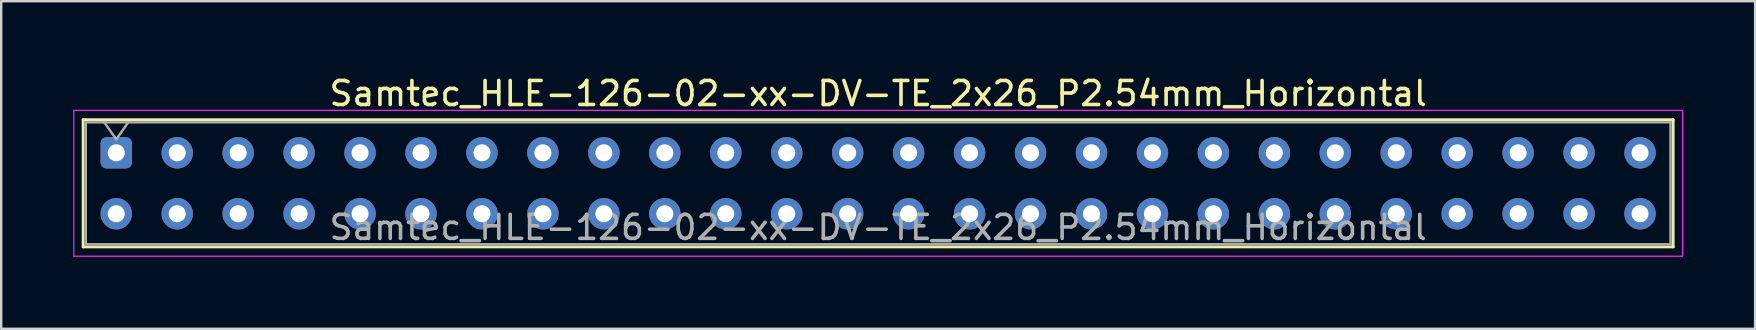
<source format=kicad_pcb>
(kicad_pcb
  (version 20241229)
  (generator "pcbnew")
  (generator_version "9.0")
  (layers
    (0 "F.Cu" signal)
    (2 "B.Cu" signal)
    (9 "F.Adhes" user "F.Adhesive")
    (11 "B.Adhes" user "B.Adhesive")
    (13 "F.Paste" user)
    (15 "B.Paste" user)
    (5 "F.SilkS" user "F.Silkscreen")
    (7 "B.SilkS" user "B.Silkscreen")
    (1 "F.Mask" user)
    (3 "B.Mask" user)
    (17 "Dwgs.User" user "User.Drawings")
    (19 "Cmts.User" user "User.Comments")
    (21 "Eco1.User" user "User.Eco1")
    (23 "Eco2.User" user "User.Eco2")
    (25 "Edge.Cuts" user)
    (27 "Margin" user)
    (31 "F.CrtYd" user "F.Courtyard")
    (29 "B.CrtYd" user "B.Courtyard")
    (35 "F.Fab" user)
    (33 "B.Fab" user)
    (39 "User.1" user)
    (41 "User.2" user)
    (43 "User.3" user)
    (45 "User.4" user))
  (footprint "Samtec_HLE-126-02-xx-DV-TE_2x26_P2.54mm_Horizontal"
    (layer "F.Cu")
    (at 1.795 3.318)
    (property "Reference" "Samtec_HLE-126-02-xx-DV-TE_2x26_P2.54mm_Horizontal" (at 31.75 -2.47 0) (layer "F.SilkS") (effects (font (size 1 1) (thickness 0.15))))
    (attr through_hole)
    (fp_line (start -1.38 -1.38) (end 64.88 -1.38) (stroke (width 0.12) (type solid)) (layer "F.SilkS"))
    (fp_line (start -1.38 3.92) (end -1.38 -1.38) (stroke (width 0.12) (type solid)) (layer "F.SilkS"))
    (fp_line (start 64.88 -1.38) (end 64.88 3.92) (stroke (width 0.12) (type solid)) (layer "F.SilkS"))
    (fp_line (start 64.88 3.92) (end -1.38 3.92) (stroke (width 0.12) (type solid)) (layer "F.SilkS"))
    (fp_line (start -1.77 -1.77) (end 65.27 -1.77) (stroke (width 0.05) (type solid)) (layer "F.CrtYd"))
    (fp_line (start -1.77 4.31) (end -1.77 -1.77) (stroke (width 0.05) (type solid)) (layer "F.CrtYd"))
    (fp_line (start 65.27 -1.77) (end 65.27 4.31) (stroke (width 0.05) (type solid)) (layer "F.CrtYd"))
    (fp_line (start 65.27 4.31) (end -1.77 4.31) (stroke (width 0.05) (type solid)) (layer "F.CrtYd"))
    (fp_line (start -1.27 -1.27) (end 64.77 -1.27) (stroke (width 0.1) (type solid)) (layer "F.Fab"))
    (fp_line (start -1.27 3.81) (end -1.27 -1.27) (stroke (width 0.1) (type solid)) (layer "F.Fab"))
    (fp_line (start -0.5 -1.27) (end 0 -0.563) (stroke (width 0.1) (type solid)) (layer "F.Fab"))
    (fp_line (start 0 -0.563) (end 0.5 -1.27) (stroke (width 0.1) (type solid)) (layer "F.Fab"))
    (fp_line (start 64.77 -1.27) (end 64.77 3.81) (stroke (width 0.1) (type solid)) (layer "F.Fab"))
    (fp_line (start 64.77 3.81) (end -1.27 3.81) (stroke (width 0.1) (type solid)) (layer "F.Fab"))
    (fp_text user "${REFERENCE}" (at 31.75 3.11 0) (layer "F.Fab") (effects (font (size 1 1) (thickness 0.15))))
    (pad "1" thru_hole roundrect (at 0 0) (size 1.31 1.31) (drill 0.71) (layers "*.Cu" "*.Mask") (roundrect_rratio 0.191))
    (pad "2" thru_hole circle (at 0 2.54) (size 1.31 1.31) (drill 0.71) (layers "*.Cu" "*.Mask"))
    (pad "3" thru_hole circle (at 2.54 0) (size 1.31 1.31) (drill 0.71) (layers "*.Cu" "*.Mask"))
    (pad "4" thru_hole circle (at 2.54 2.54) (size 1.31 1.31) (drill 0.71) (layers "*.Cu" "*.Mask"))
    (pad "5" thru_hole circle (at 5.08 0) (size 1.31 1.31) (drill 0.71) (layers "*.Cu" "*.Mask"))
    (pad "6" thru_hole circle (at 5.08 2.54) (size 1.31 1.31) (drill 0.71) (layers "*.Cu" "*.Mask"))
    (pad "7" thru_hole circle (at 7.62 0) (size 1.31 1.31) (drill 0.71) (layers "*.Cu" "*.Mask"))
    (pad "8" thru_hole circle (at 7.62 2.54) (size 1.31 1.31) (drill 0.71) (layers "*.Cu" "*.Mask"))
    (pad "9" thru_hole circle (at 10.16 0) (size 1.31 1.31) (drill 0.71) (layers "*.Cu" "*.Mask"))
    (pad "10" thru_hole circle (at 10.16 2.54) (size 1.31 1.31) (drill 0.71) (layers "*.Cu" "*.Mask"))
    (pad "11" thru_hole circle (at 12.7 0) (size 1.31 1.31) (drill 0.71) (layers "*.Cu" "*.Mask"))
    (pad "12" thru_hole circle (at 12.7 2.54) (size 1.31 1.31) (drill 0.71) (layers "*.Cu" "*.Mask"))
    (pad "13" thru_hole circle (at 15.24 0) (size 1.31 1.31) (drill 0.71) (layers "*.Cu" "*.Mask"))
    (pad "14" thru_hole circle (at 15.24 2.54) (size 1.31 1.31) (drill 0.71) (layers "*.Cu" "*.Mask"))
    (pad "15" thru_hole circle (at 17.78 0) (size 1.31 1.31) (drill 0.71) (layers "*.Cu" "*.Mask"))
    (pad "16" thru_hole circle (at 17.78 2.54) (size 1.31 1.31) (drill 0.71) (layers "*.Cu" "*.Mask"))
    (pad "17" thru_hole circle (at 20.32 0) (size 1.31 1.31) (drill 0.71) (layers "*.Cu" "*.Mask"))
    (pad "18" thru_hole circle (at 20.32 2.54) (size 1.31 1.31) (drill 0.71) (layers "*.Cu" "*.Mask"))
    (pad "19" thru_hole circle (at 22.86 0) (size 1.31 1.31) (drill 0.71) (layers "*.Cu" "*.Mask"))
    (pad "20" thru_hole circle (at 22.86 2.54) (size 1.31 1.31) (drill 0.71) (layers "*.Cu" "*.Mask"))
    (pad "21" thru_hole circle (at 25.4 0) (size 1.31 1.31) (drill 0.71) (layers "*.Cu" "*.Mask"))
    (pad "22" thru_hole circle (at 25.4 2.54) (size 1.31 1.31) (drill 0.71) (layers "*.Cu" "*.Mask"))
    (pad "23" thru_hole circle (at 27.94 0) (size 1.31 1.31) (drill 0.71) (layers "*.Cu" "*.Mask"))
    (pad "24" thru_hole circle (at 27.94 2.54) (size 1.31 1.31) (drill 0.71) (layers "*.Cu" "*.Mask"))
    (pad "25" thru_hole circle (at 30.48 0) (size 1.31 1.31) (drill 0.71) (layers "*.Cu" "*.Mask"))
    (pad "26" thru_hole circle (at 30.48 2.54) (size 1.31 1.31) (drill 0.71) (layers "*.Cu" "*.Mask"))
    (pad "27" thru_hole circle (at 33.02 0) (size 1.31 1.31) (drill 0.71) (layers "*.Cu" "*.Mask"))
    (pad "28" thru_hole circle (at 33.02 2.54) (size 1.31 1.31) (drill 0.71) (layers "*.Cu" "*.Mask"))
    (pad "29" thru_hole circle (at 35.56 0) (size 1.31 1.31) (drill 0.71) (layers "*.Cu" "*.Mask"))
    (pad "30" thru_hole circle (at 35.56 2.54) (size 1.31 1.31) (drill 0.71) (layers "*.Cu" "*.Mask"))
    (pad "31" thru_hole circle (at 38.1 0) (size 1.31 1.31) (drill 0.71) (layers "*.Cu" "*.Mask"))
    (pad "32" thru_hole circle (at 38.1 2.54) (size 1.31 1.31) (drill 0.71) (layers "*.Cu" "*.Mask"))
    (pad "33" thru_hole circle (at 40.64 0) (size 1.31 1.31) (drill 0.71) (layers "*.Cu" "*.Mask"))
    (pad "34" thru_hole circle (at 40.64 2.54) (size 1.31 1.31) (drill 0.71) (layers "*.Cu" "*.Mask"))
    (pad "35" thru_hole circle (at 43.18 0) (size 1.31 1.31) (drill 0.71) (layers "*.Cu" "*.Mask"))
    (pad "36" thru_hole circle (at 43.18 2.54) (size 1.31 1.31) (drill 0.71) (layers "*.Cu" "*.Mask"))
    (pad "37" thru_hole circle (at 45.72 0) (size 1.31 1.31) (drill 0.71) (layers "*.Cu" "*.Mask"))
    (pad "38" thru_hole circle (at 45.72 2.54) (size 1.31 1.31) (drill 0.71) (layers "*.Cu" "*.Mask"))
    (pad "39" thru_hole circle (at 48.26 0) (size 1.31 1.31) (drill 0.71) (layers "*.Cu" "*.Mask"))
    (pad "40" thru_hole circle (at 48.26 2.54) (size 1.31 1.31) (drill 0.71) (layers "*.Cu" "*.Mask"))
    (pad "41" thru_hole circle (at 50.8 0) (size 1.31 1.31) (drill 0.71) (layers "*.Cu" "*.Mask"))
    (pad "42" thru_hole circle (at 50.8 2.54) (size 1.31 1.31) (drill 0.71) (layers "*.Cu" "*.Mask"))
    (pad "43" thru_hole circle (at 53.34 0) (size 1.31 1.31) (drill 0.71) (layers "*.Cu" "*.Mask"))
    (pad "44" thru_hole circle (at 53.34 2.54) (size 1.31 1.31) (drill 0.71) (layers "*.Cu" "*.Mask"))
    (pad "45" thru_hole circle (at 55.88 0) (size 1.31 1.31) (drill 0.71) (layers "*.Cu" "*.Mask"))
    (pad "46" thru_hole circle (at 55.88 2.54) (size 1.31 1.31) (drill 0.71) (layers "*.Cu" "*.Mask"))
    (pad "47" thru_hole circle (at 58.42 0) (size 1.31 1.31) (drill 0.71) (layers "*.Cu" "*.Mask"))
    (pad "48" thru_hole circle (at 58.42 2.54) (size 1.31 1.31) (drill 0.71) (layers "*.Cu" "*.Mask"))
    (pad "49" thru_hole circle (at 60.96 0) (size 1.31 1.31) (drill 0.71) (layers "*.Cu" "*.Mask"))
    (pad "50" thru_hole circle (at 60.96 2.54) (size 1.31 1.31) (drill 0.71) (layers "*.Cu" "*.Mask"))
    (pad "51" thru_hole circle (at 63.5 0) (size 1.31 1.31) (drill 0.71) (layers "*.Cu" "*.Mask"))
    (pad "52" thru_hole circle (at 63.5 2.54) (size 1.31 1.31) (drill 0.71) (layers "*.Cu" "*.Mask")))
  (gr_rect
    (start -3 -3)
    (end 70.09 10.653)
    (stroke (width 0.1) (type default))
    (fill no)
    (layer "Edge.Cuts")))
</source>
